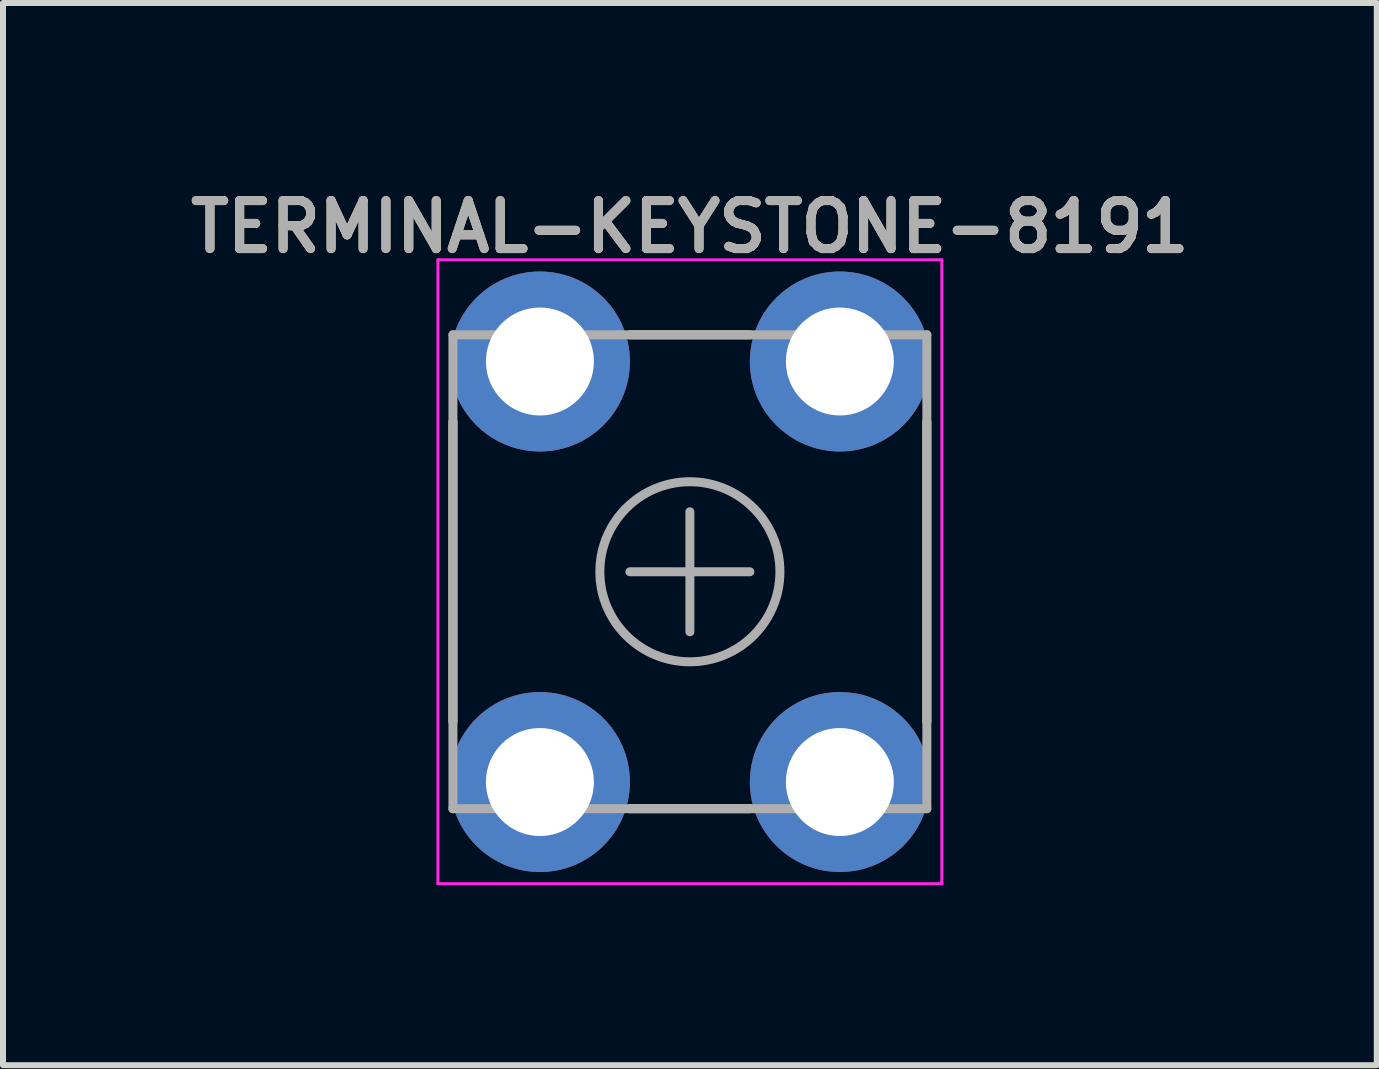
<source format=kicad_pcb>
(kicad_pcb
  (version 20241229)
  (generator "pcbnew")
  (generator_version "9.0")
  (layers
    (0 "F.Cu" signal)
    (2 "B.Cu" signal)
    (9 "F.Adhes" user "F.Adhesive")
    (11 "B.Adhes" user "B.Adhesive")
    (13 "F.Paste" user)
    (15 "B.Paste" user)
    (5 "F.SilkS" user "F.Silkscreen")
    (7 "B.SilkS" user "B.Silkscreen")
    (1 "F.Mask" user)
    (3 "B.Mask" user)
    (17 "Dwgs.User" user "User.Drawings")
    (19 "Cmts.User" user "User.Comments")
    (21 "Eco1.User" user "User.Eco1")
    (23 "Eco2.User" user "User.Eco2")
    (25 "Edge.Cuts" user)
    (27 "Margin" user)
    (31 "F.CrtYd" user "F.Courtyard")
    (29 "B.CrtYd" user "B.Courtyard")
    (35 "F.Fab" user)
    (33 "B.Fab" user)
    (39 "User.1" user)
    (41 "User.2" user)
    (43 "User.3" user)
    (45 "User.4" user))
  (footprint "TERMINAL-KEYSTONE-8191"
    (layer "F.Cu")
    (at 8.45 6.481)
    (property "Reference" "TERMINAL-KEYSTONE-8191" (at 0 -5.75 0) (layer "F.SilkS") (effects (font (size 0.8 0.8) (thickness 0.15))))
    (attr through_hole)
    (fp_line (start -3.95 2.5) (end -3.95 -2.5) (stroke (width 0.15) (type solid)) (layer "F.SilkS"))
    (fp_line (start -1 -3.95) (end 1 -3.95) (stroke (width 0.15) (type solid)) (layer "F.SilkS"))
    (fp_line (start 1 3.95) (end -1 3.95) (stroke (width 0.15) (type solid)) (layer "F.SilkS"))
    (fp_line (start 3.95 -2.5) (end 3.95 2.5) (stroke (width 0.15) (type solid)) (layer "F.SilkS"))
    (fp_line (start -4.2 -5.2) (end 4.2 -5.2) (stroke (width 0.05) (type solid)) (layer "F.CrtYd"))
    (fp_line (start -4.2 5.2) (end -4.2 -5.2) (stroke (width 0.05) (type solid)) (layer "F.CrtYd"))
    (fp_line (start 4.2 -5.2) (end 4.2 5.2) (stroke (width 0.05) (type solid)) (layer "F.CrtYd"))
    (fp_line (start 4.2 5.2) (end -4.2 5.2) (stroke (width 0.05) (type solid)) (layer "F.CrtYd"))
    (fp_line (start -3.95 -3.95) (end 3.95 -3.95) (stroke (width 0.15) (type solid)) (layer "F.Fab"))
    (fp_line (start -3.95 3.95) (end -3.95 -3.95) (stroke (width 0.15) (type solid)) (layer "F.Fab"))
    (fp_line (start -1 0) (end 1 0) (stroke (width 0.15) (type solid)) (layer "F.Fab"))
    (fp_line (start 0 -1) (end 0 1) (stroke (width 0.15) (type solid)) (layer "F.Fab"))
    (fp_line (start 3.95 -3.95) (end 3.95 3.95) (stroke (width 0.15) (type solid)) (layer "F.Fab"))
    (fp_line (start 3.95 3.95) (end -3.95 3.95) (stroke (width 0.15) (type solid)) (layer "F.Fab"))
    (fp_circle (center 0 0) (end 1.5 -0.05) (stroke (width 0.15) (type solid)) (fill no) (layer "F.Fab"))
    (fp_text user "${REFERENCE}" (at 0 -5.75 0) (layer "F.Fab") (effects (font (size 0.8 0.8) (thickness 0.15))))
    (pad "1" thru_hole circle (at -2.5 -3.505) (size 3 3) (drill 1.8) (layers "*.Cu" "*.Mask"))
    (pad "1" thru_hole circle (at -2.5 3.505) (size 3 3) (drill 1.8) (layers "*.Cu" "*.Mask"))
    (pad "1" thru_hole circle (at 2.5 -3.505) (size 3 3) (drill 1.8) (layers "*.Cu" "*.Mask"))
    (pad "1" thru_hole circle (at 2.5 3.505) (size 3 3) (drill 1.8) (layers "*.Cu" "*.Mask")))
  (gr_rect
    (start -3 -3)
    (end 19.9 14.706)
    (stroke (width 0.1) (type default))
    (fill no)
    (layer "Edge.Cuts")))
</source>
